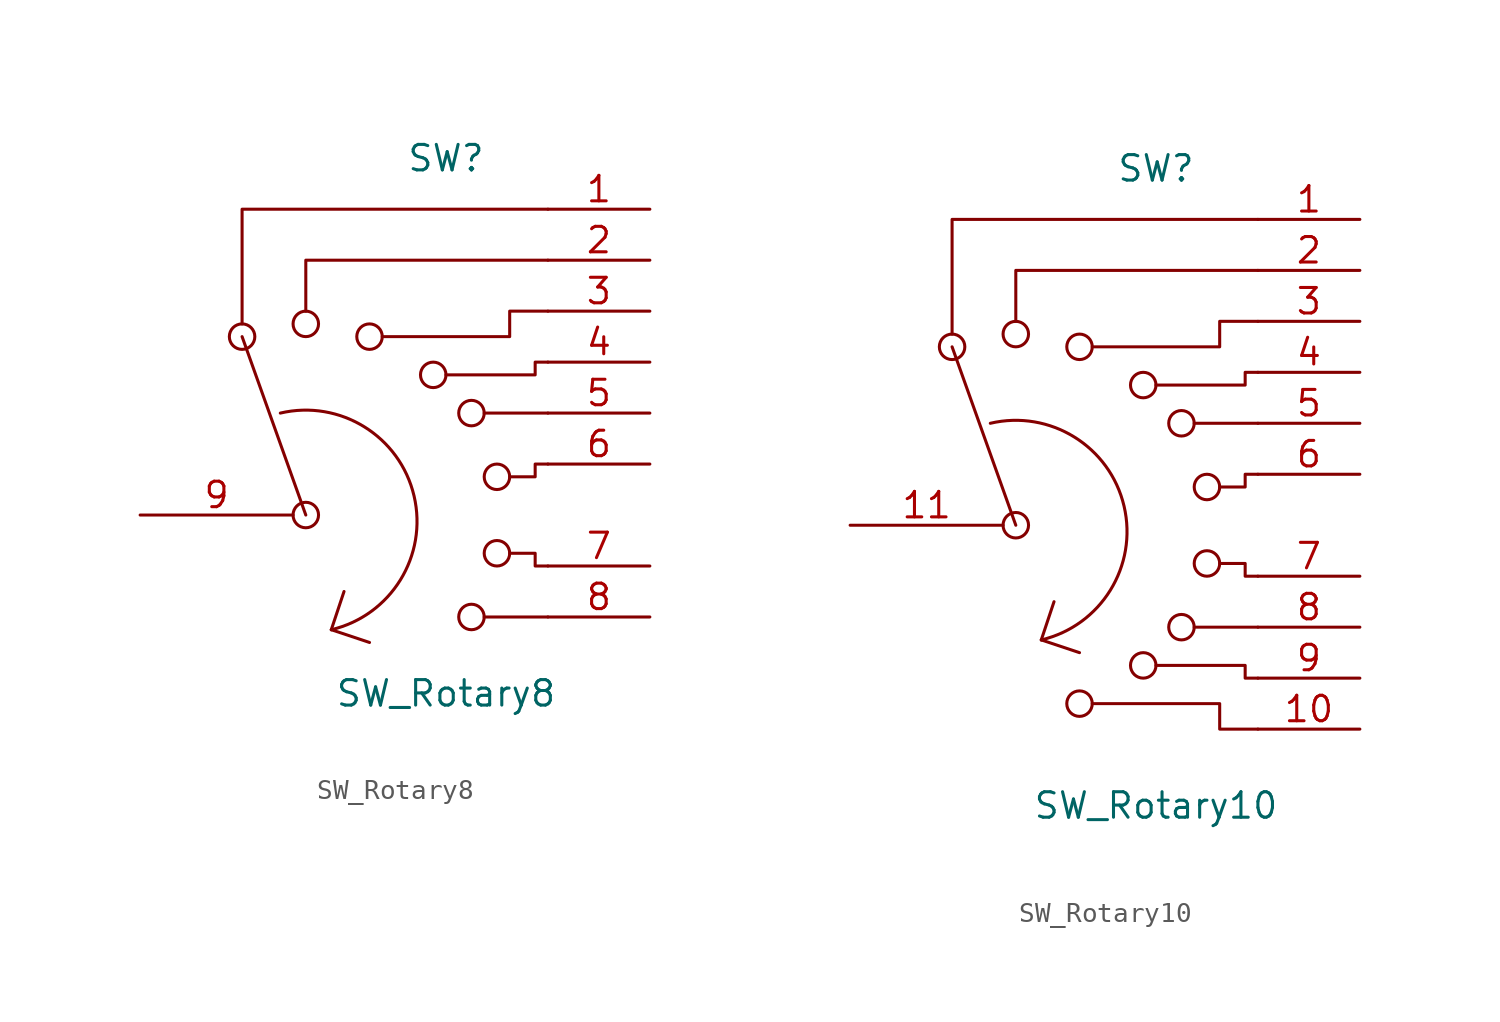
<source format=kicad_sym>
(kicad_symbol_lib
  (version 20231120)
  (generator "kicad_symbol_editor")
  (generator_version "8.0")
  (symbol "SW_Rotary8"
    (pin_names
      (offset 1.016) hide)
    (property "Reference" "SW"
      (at 0 17.78 0)
      (effects (font (size 1.27 1.27))))
    (property "Value" "SW_Rotary8"
      (at 0 -8.89 0)
      (effects (font (size 1.27 1.27))))
    (symbol "SW_Rotary8_0_0"
      (circle (center -10.16 8.89) (radius 0.635) (stroke (width 0) (type solid)) (fill (type none)))
      (circle (center -6.985 0) (radius 0.635) (stroke (width 0) (type solid)) (fill (type none)))
      (circle (center -6.985 9.525) (radius 0.635) (stroke (width 0) (type solid)) (fill (type none)))
      (arc (start -5.715 -5.715) (mid -1.5995 0.937) (end -8.255 5.08) (stroke (width 0) (type solid)) (fill (type none)))
      (circle (center -3.81 8.89) (radius 0.635) (stroke (width 0) (type solid)) (fill (type none)))
      (circle (center -0.635 6.985) (radius 0.635) (stroke (width 0) (type solid)) (fill (type none)))
      (polyline (pts (xy -6.985 0) (xy -10.16 8.89)) (stroke (width 0) (type solid)) (fill (type none)))
      (polyline (pts (xy -5.715 -5.715) (xy -5.08 -3.81)) (stroke (width 0) (type solid)) (fill (type none)))
      (polyline (pts (xy -5.715 -5.715) (xy -3.81 -6.35)) (stroke (width 0) (type solid)) (fill (type none)))
      (polyline (pts (xy 1.905 -5.08) (xy 5.08 -5.08)) (stroke (width 0) (type solid)) (fill (type none)))
      (polyline (pts (xy 1.905 5.08) (xy 5.08 5.08)) (stroke (width 0) (type solid)) (fill (type none)))
      (polyline (pts (xy -10.16 9.525) (xy -10.16 15.24) (xy 5.08 15.24)) (stroke (width 0) (type solid)) (fill (type none)))
      (polyline (pts (xy -6.985 10.16) (xy -6.985 12.7) (xy 5.08 12.7)) (stroke (width 0) (type solid)) (fill (type none)))
      (polyline (pts (xy -3.175 8.89) (xy 3.175 8.89) (xy 3.175 10.16) (xy 5.08 10.16)) (stroke (width 0) (type solid)) (fill (type none)))
      (polyline (pts (xy 0 6.985) (xy 4.445 6.985) (xy 4.445 7.62) (xy 5.08 7.62)) (stroke (width 0) (type solid)) (fill (type none)))
      (polyline (pts (xy 3.175 -1.905) (xy 4.445 -1.905) (xy 4.445 -2.54) (xy 5.08 -2.54)) (stroke (width 0) (type solid)) (fill (type none)))
      (polyline (pts (xy 3.175 1.905) (xy 4.445 1.905) (xy 4.445 2.54) (xy 5.08 2.54)) (stroke (width 0) (type solid)) (fill (type none)))
      (circle (center 1.27 -5.08) (radius 0.635) (stroke (width 0) (type solid)) (fill (type none)))
      (circle (center 1.27 5.08) (radius 0.635) (stroke (width 0) (type solid)) (fill (type none)))
      (circle (center 2.54 -1.905) (radius 0.635) (stroke (width 0) (type solid)) (fill (type none)))
      (circle (center 2.54 1.905) (radius 0.635) (stroke (width 0) (type solid)) (fill (type none))))
    (symbol "SW_Rotary8_0_1"
      (pin passive line (at 10.16 15.24 180) (length 5.08) (name "1" (effects (font (size 1.27 1.27)))) (number "1" (effects (font (size 1.27 1.27)))))
      (pin passive line (at 10.16 12.7 180) (length 5.08) (name "2" (effects (font (size 1.27 1.27)))) (number "2" (effects (font (size 1.27 1.27)))))
      (pin passive line (at 10.16 10.16 180) (length 5.08) (name "3" (effects (font (size 1.27 1.27)))) (number "3" (effects (font (size 1.27 1.27)))))
      (pin passive line (at 10.16 7.62 180) (length 5.08) (name "4" (effects (font (size 1.27 1.27)))) (number "4" (effects (font (size 1.27 1.27)))))
      (pin passive line (at 10.16 5.08 180) (length 5.08) (name "5" (effects (font (size 1.27 1.27)))) (number "5" (effects (font (size 1.27 1.27)))))
      (pin passive line (at 10.16 2.54 180) (length 5.08) (name "6" (effects (font (size 1.27 1.27)))) (number "6" (effects (font (size 1.27 1.27)))))
      (pin passive line (at 10.16 -2.54 180) (length 5.08) (name "7" (effects (font (size 1.27 1.27)))) (number "7" (effects (font (size 1.27 1.27)))))
      (pin passive line (at 10.16 -5.08 180) (length 5.08) (name "8" (effects (font (size 1.27 1.27)))) (number "8" (effects (font (size 1.27 1.27)))))
      (pin passive line (at -15.24 0 0) (length 7.62) (name "9" (effects (font (size 1.27 1.27)))) (number "9" (effects (font (size 1.27 1.27)))))))
  (symbol "SW_Rotary10"
    (pin_names
      (offset 1.016) hide)
    (property "Reference" "SW"
      (at 0 17.78 0)
      (effects (font (size 1.27 1.27))))
    (property "Value" "SW_Rotary10"
      (at 0 -13.97 0)
      (effects (font (size 1.27 1.27))))
    (symbol "SW_Rotary10_0_0"
      (circle (center -10.16 8.89) (radius 0.635) (stroke (width 0) (type solid)) (fill (type none)))
      (circle (center -6.985 0) (radius 0.635) (stroke (width 0) (type solid)) (fill (type none)))
      (circle (center -6.985 9.525) (radius 0.635) (stroke (width 0) (type solid)) (fill (type none)))
      (arc (start -5.715 -5.715) (mid -1.5995 0.937) (end -8.255 5.08) (stroke (width 0) (type solid)) (fill (type none)))
      (circle (center -3.81 -8.89) (radius 0.635) (stroke (width 0) (type solid)) (fill (type none)))
      (circle (center -3.81 8.89) (radius 0.635) (stroke (width 0) (type solid)) (fill (type none)))
      (circle (center -0.635 -6.985) (radius 0.635) (stroke (width 0) (type solid)) (fill (type none)))
      (circle (center -0.635 6.985) (radius 0.635) (stroke (width 0) (type solid)) (fill (type none)))
      (polyline (pts (xy -6.985 0) (xy -10.16 8.89)) (stroke (width 0) (type solid)) (fill (type none)))
      (polyline (pts (xy -5.715 -5.715) (xy -5.08 -3.81)) (stroke (width 0) (type solid)) (fill (type none)))
      (polyline (pts (xy -5.715 -5.715) (xy -3.81 -6.35)) (stroke (width 0) (type solid)) (fill (type none)))
      (polyline (pts (xy 1.905 -5.08) (xy 5.08 -5.08)) (stroke (width 0) (type solid)) (fill (type none)))
      (polyline (pts (xy 1.905 5.08) (xy 5.08 5.08)) (stroke (width 0) (type solid)) (fill (type none)))
      (polyline (pts (xy -10.16 9.525) (xy -10.16 15.24) (xy 5.08 15.24)) (stroke (width 0) (type solid)) (fill (type none)))
      (polyline (pts (xy -6.985 10.16) (xy -6.985 12.7) (xy 5.08 12.7)) (stroke (width 0) (type solid)) (fill (type none)))
      (polyline (pts (xy -3.175 -8.89) (xy 3.175 -8.89) (xy 3.175 -10.16) (xy 5.08 -10.16)) (stroke (width 0) (type solid)) (fill (type none)))
      (polyline (pts (xy -3.175 8.89) (xy 3.175 8.89) (xy 3.175 10.16) (xy 5.08 10.16)) (stroke (width 0) (type solid)) (fill (type none)))
      (polyline (pts (xy 0 -6.985) (xy 4.445 -6.985) (xy 4.445 -7.62) (xy 5.08 -7.62)) (stroke (width 0) (type solid)) (fill (type none)))
      (polyline (pts (xy 0 6.985) (xy 4.445 6.985) (xy 4.445 7.62) (xy 5.08 7.62)) (stroke (width 0) (type solid)) (fill (type none)))
      (polyline (pts (xy 3.175 -1.905) (xy 4.445 -1.905) (xy 4.445 -2.54) (xy 5.08 -2.54)) (stroke (width 0) (type solid)) (fill (type none)))
      (polyline (pts (xy 3.175 1.905) (xy 4.445 1.905) (xy 4.445 2.54) (xy 5.08 2.54)) (stroke (width 0) (type solid)) (fill (type none)))
      (circle (center 1.27 -5.08) (radius 0.635) (stroke (width 0) (type solid)) (fill (type none)))
      (circle (center 1.27 5.08) (radius 0.635) (stroke (width 0) (type solid)) (fill (type none)))
      (circle (center 2.54 -1.905) (radius 0.635) (stroke (width 0) (type solid)) (fill (type none)))
      (circle (center 2.54 1.905) (radius 0.635) (stroke (width 0) (type solid)) (fill (type none))))
    (symbol "SW_Rotary10_0_1"
      (pin passive line (at 10.16 15.24 180) (length 5.08) (name "1" (effects (font (size 1.27 1.27)))) (number "1" (effects (font (size 1.27 1.27)))))
      (pin passive line (at 10.16 -10.16 180) (length 5.08) (name "10" (effects (font (size 1.27 1.27)))) (number "10" (effects (font (size 1.27 1.27)))))
      (pin passive line (at -15.24 0 0) (length 7.62) (name "11" (effects (font (size 1.27 1.27)))) (number "11" (effects (font (size 1.27 1.27)))))
      (pin passive line (at 10.16 12.7 180) (length 5.08) (name "2" (effects (font (size 1.27 1.27)))) (number "2" (effects (font (size 1.27 1.27)))))
      (pin passive line (at 10.16 10.16 180) (length 5.08) (name "3" (effects (font (size 1.27 1.27)))) (number "3" (effects (font (size 1.27 1.27)))))
      (pin passive line (at 10.16 7.62 180) (length 5.08) (name "4" (effects (font (size 1.27 1.27)))) (number "4" (effects (font (size 1.27 1.27)))))
      (pin passive line (at 10.16 5.08 180) (length 5.08) (name "5" (effects (font (size 1.27 1.27)))) (number "5" (effects (font (size 1.27 1.27)))))
      (pin passive line (at 10.16 2.54 180) (length 5.08) (name "6" (effects (font (size 1.27 1.27)))) (number "6" (effects (font (size 1.27 1.27)))))
      (pin passive line (at 10.16 -2.54 180) (length 5.08) (name "7" (effects (font (size 1.27 1.27)))) (number "7" (effects (font (size 1.27 1.27)))))
      (pin passive line (at 10.16 -5.08 180) (length 5.08) (name "8" (effects (font (size 1.27 1.27)))) (number "8" (effects (font (size 1.27 1.27)))))
      (pin passive line (at 10.16 -7.62 180) (length 5.08) (name "9" (effects (font (size 1.27 1.27)))) (number "9" (effects (font (size 1.27 1.27))))))))
</source>
